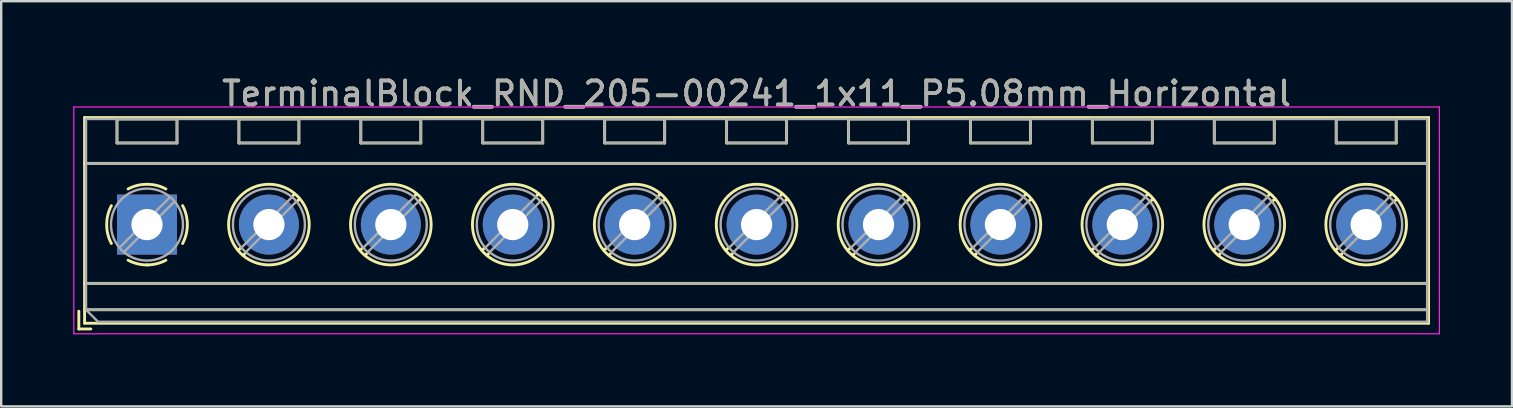
<source format=kicad_pcb>
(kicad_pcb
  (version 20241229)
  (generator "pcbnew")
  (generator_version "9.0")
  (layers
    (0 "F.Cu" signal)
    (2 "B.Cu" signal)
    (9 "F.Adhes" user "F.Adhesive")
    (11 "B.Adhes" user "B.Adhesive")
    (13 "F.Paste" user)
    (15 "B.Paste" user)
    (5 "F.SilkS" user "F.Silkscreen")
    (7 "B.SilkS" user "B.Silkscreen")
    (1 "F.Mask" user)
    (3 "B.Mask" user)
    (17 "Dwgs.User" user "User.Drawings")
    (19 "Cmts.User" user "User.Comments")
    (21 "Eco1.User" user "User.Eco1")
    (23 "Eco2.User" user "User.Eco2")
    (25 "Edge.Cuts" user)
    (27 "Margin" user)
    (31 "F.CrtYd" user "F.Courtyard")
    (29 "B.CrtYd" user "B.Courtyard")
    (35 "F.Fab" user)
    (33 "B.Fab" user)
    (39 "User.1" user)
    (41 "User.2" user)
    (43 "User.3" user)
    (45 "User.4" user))
  (footprint "TerminalBlock_RND_205-00241_1x11_P5.08mm_Horizontal"
    (layer "F.Cu")
    (at 3.075 6.308)
    (property "Reference" "TerminalBlock_RND_205-00241_1x11_P5.08mm_Horizontal" (at 25.4 -5.46 0) (layer "F.SilkS") (effects (font (size 1 1) (thickness 0.15))))
    (attr through_hole)
    (fp_line (start -2.84 3.61) (end -2.84 4.35) (stroke (width 0.12) (type solid)) (layer "F.SilkS"))
    (fp_line (start -2.84 4.35) (end -2.34 4.35) (stroke (width 0.12) (type solid)) (layer "F.SilkS"))
    (fp_line (start -2.6 -4.46) (end -2.6 4.11) (stroke (width 0.12) (type solid)) (layer "F.SilkS"))
    (fp_line (start -2.6 -4.46) (end 53.4 -4.46) (stroke (width 0.12) (type solid)) (layer "F.SilkS"))
    (fp_line (start -2.6 -2.55) (end 53.4 -2.55) (stroke (width 0.12) (type solid)) (layer "F.SilkS"))
    (fp_line (start -2.6 2.45) (end 53.4 2.45) (stroke (width 0.12) (type solid)) (layer "F.SilkS"))
    (fp_line (start -2.6 3.55) (end 53.4 3.55) (stroke (width 0.12) (type solid)) (layer "F.SilkS"))
    (fp_line (start -2.6 4.11) (end 53.4 4.11) (stroke (width 0.12) (type solid)) (layer "F.SilkS"))
    (fp_line (start -1.25 -4.4) (end -1.25 -3.4) (stroke (width 0.12) (type solid)) (layer "F.SilkS"))
    (fp_line (start -1.25 -4.4) (end 1.25 -4.4) (stroke (width 0.12) (type solid)) (layer "F.SilkS"))
    (fp_line (start -1.25 -3.4) (end 1.25 -3.4) (stroke (width 0.12) (type solid)) (layer "F.SilkS"))
    (fp_line (start 1.25 -4.4) (end 1.25 -3.4) (stroke (width 0.12) (type solid)) (layer "F.SilkS"))
    (fp_line (start 3.83 -4.4) (end 3.83 -3.4) (stroke (width 0.12) (type solid)) (layer "F.SilkS"))
    (fp_line (start 3.83 -4.4) (end 6.33 -4.4) (stroke (width 0.12) (type solid)) (layer "F.SilkS"))
    (fp_line (start 3.83 -3.4) (end 6.33 -3.4) (stroke (width 0.12) (type solid)) (layer "F.SilkS"))
    (fp_line (start 3.9 0.976) (end 3.806 1.069) (stroke (width 0.12) (type solid)) (layer "F.SilkS"))
    (fp_line (start 4.07 1.216) (end 4.011 1.274) (stroke (width 0.12) (type solid)) (layer "F.SilkS"))
    (fp_line (start 6.15 -1.275) (end 6.091 -1.216) (stroke (width 0.12) (type solid)) (layer "F.SilkS"))
    (fp_line (start 6.33 -4.4) (end 6.33 -3.4) (stroke (width 0.12) (type solid)) (layer "F.SilkS"))
    (fp_line (start 6.355 -1.069) (end 6.261 -0.976) (stroke (width 0.12) (type solid)) (layer "F.SilkS"))
    (fp_line (start 8.91 -4.4) (end 8.91 -3.4) (stroke (width 0.12) (type solid)) (layer "F.SilkS"))
    (fp_line (start 8.91 -4.4) (end 11.41 -4.4) (stroke (width 0.12) (type solid)) (layer "F.SilkS"))
    (fp_line (start 8.91 -3.4) (end 11.41 -3.4) (stroke (width 0.12) (type solid)) (layer "F.SilkS"))
    (fp_line (start 8.98 0.976) (end 8.886 1.069) (stroke (width 0.12) (type solid)) (layer "F.SilkS"))
    (fp_line (start 9.15 1.216) (end 9.091 1.274) (stroke (width 0.12) (type solid)) (layer "F.SilkS"))
    (fp_line (start 11.23 -1.275) (end 11.171 -1.216) (stroke (width 0.12) (type solid)) (layer "F.SilkS"))
    (fp_line (start 11.41 -4.4) (end 11.41 -3.4) (stroke (width 0.12) (type solid)) (layer "F.SilkS"))
    (fp_line (start 11.435 -1.069) (end 11.341 -0.976) (stroke (width 0.12) (type solid)) (layer "F.SilkS"))
    (fp_line (start 13.99 -4.4) (end 13.99 -3.4) (stroke (width 0.12) (type solid)) (layer "F.SilkS"))
    (fp_line (start 13.99 -4.4) (end 16.49 -4.4) (stroke (width 0.12) (type solid)) (layer "F.SilkS"))
    (fp_line (start 13.99 -3.4) (end 16.49 -3.4) (stroke (width 0.12) (type solid)) (layer "F.SilkS"))
    (fp_line (start 14.06 0.976) (end 13.966 1.069) (stroke (width 0.12) (type solid)) (layer "F.SilkS"))
    (fp_line (start 14.23 1.216) (end 14.171 1.274) (stroke (width 0.12) (type solid)) (layer "F.SilkS"))
    (fp_line (start 16.31 -1.275) (end 16.251 -1.216) (stroke (width 0.12) (type solid)) (layer "F.SilkS"))
    (fp_line (start 16.49 -4.4) (end 16.49 -3.4) (stroke (width 0.12) (type solid)) (layer "F.SilkS"))
    (fp_line (start 16.515 -1.069) (end 16.421 -0.976) (stroke (width 0.12) (type solid)) (layer "F.SilkS"))
    (fp_line (start 19.07 -4.4) (end 19.07 -3.4) (stroke (width 0.12) (type solid)) (layer "F.SilkS"))
    (fp_line (start 19.07 -4.4) (end 21.57 -4.4) (stroke (width 0.12) (type solid)) (layer "F.SilkS"))
    (fp_line (start 19.07 -3.4) (end 21.57 -3.4) (stroke (width 0.12) (type solid)) (layer "F.SilkS"))
    (fp_line (start 19.14 0.976) (end 19.046 1.069) (stroke (width 0.12) (type solid)) (layer "F.SilkS"))
    (fp_line (start 19.31 1.216) (end 19.251 1.274) (stroke (width 0.12) (type solid)) (layer "F.SilkS"))
    (fp_line (start 21.39 -1.275) (end 21.331 -1.216) (stroke (width 0.12) (type solid)) (layer "F.SilkS"))
    (fp_line (start 21.57 -4.4) (end 21.57 -3.4) (stroke (width 0.12) (type solid)) (layer "F.SilkS"))
    (fp_line (start 21.595 -1.069) (end 21.501 -0.976) (stroke (width 0.12) (type solid)) (layer "F.SilkS"))
    (fp_line (start 24.15 -4.4) (end 24.15 -3.4) (stroke (width 0.12) (type solid)) (layer "F.SilkS"))
    (fp_line (start 24.15 -4.4) (end 26.65 -4.4) (stroke (width 0.12) (type solid)) (layer "F.SilkS"))
    (fp_line (start 24.15 -3.4) (end 26.65 -3.4) (stroke (width 0.12) (type solid)) (layer "F.SilkS"))
    (fp_line (start 24.22 0.976) (end 24.126 1.069) (stroke (width 0.12) (type solid)) (layer "F.SilkS"))
    (fp_line (start 24.39 1.216) (end 24.331 1.274) (stroke (width 0.12) (type solid)) (layer "F.SilkS"))
    (fp_line (start 26.47 -1.275) (end 26.411 -1.216) (stroke (width 0.12) (type solid)) (layer "F.SilkS"))
    (fp_line (start 26.65 -4.4) (end 26.65 -3.4) (stroke (width 0.12) (type solid)) (layer "F.SilkS"))
    (fp_line (start 26.675 -1.069) (end 26.581 -0.976) (stroke (width 0.12) (type solid)) (layer "F.SilkS"))
    (fp_line (start 29.23 -4.4) (end 29.23 -3.4) (stroke (width 0.12) (type solid)) (layer "F.SilkS"))
    (fp_line (start 29.23 -4.4) (end 31.73 -4.4) (stroke (width 0.12) (type solid)) (layer "F.SilkS"))
    (fp_line (start 29.23 -3.4) (end 31.73 -3.4) (stroke (width 0.12) (type solid)) (layer "F.SilkS"))
    (fp_line (start 29.3 0.976) (end 29.206 1.069) (stroke (width 0.12) (type solid)) (layer "F.SilkS"))
    (fp_line (start 29.47 1.216) (end 29.411 1.274) (stroke (width 0.12) (type solid)) (layer "F.SilkS"))
    (fp_line (start 31.55 -1.275) (end 31.491 -1.216) (stroke (width 0.12) (type solid)) (layer "F.SilkS"))
    (fp_line (start 31.73 -4.4) (end 31.73 -3.4) (stroke (width 0.12) (type solid)) (layer "F.SilkS"))
    (fp_line (start 31.755 -1.069) (end 31.661 -0.976) (stroke (width 0.12) (type solid)) (layer "F.SilkS"))
    (fp_line (start 34.31 -4.4) (end 34.31 -3.4) (stroke (width 0.12) (type solid)) (layer "F.SilkS"))
    (fp_line (start 34.31 -4.4) (end 36.81 -4.4) (stroke (width 0.12) (type solid)) (layer "F.SilkS"))
    (fp_line (start 34.31 -3.4) (end 36.81 -3.4) (stroke (width 0.12) (type solid)) (layer "F.SilkS"))
    (fp_line (start 34.38 0.976) (end 34.286 1.069) (stroke (width 0.12) (type solid)) (layer "F.SilkS"))
    (fp_line (start 34.55 1.216) (end 34.491 1.274) (stroke (width 0.12) (type solid)) (layer "F.SilkS"))
    (fp_line (start 36.63 -1.275) (end 36.571 -1.216) (stroke (width 0.12) (type solid)) (layer "F.SilkS"))
    (fp_line (start 36.81 -4.4) (end 36.81 -3.4) (stroke (width 0.12) (type solid)) (layer "F.SilkS"))
    (fp_line (start 36.835 -1.069) (end 36.741 -0.976) (stroke (width 0.12) (type solid)) (layer "F.SilkS"))
    (fp_line (start 39.39 -4.4) (end 39.39 -3.4) (stroke (width 0.12) (type solid)) (layer "F.SilkS"))
    (fp_line (start 39.39 -4.4) (end 41.89 -4.4) (stroke (width 0.12) (type solid)) (layer "F.SilkS"))
    (fp_line (start 39.39 -3.4) (end 41.89 -3.4) (stroke (width 0.12) (type solid)) (layer "F.SilkS"))
    (fp_line (start 39.46 0.976) (end 39.366 1.069) (stroke (width 0.12) (type solid)) (layer "F.SilkS"))
    (fp_line (start 39.63 1.216) (end 39.571 1.274) (stroke (width 0.12) (type solid)) (layer "F.SilkS"))
    (fp_line (start 41.71 -1.275) (end 41.651 -1.216) (stroke (width 0.12) (type solid)) (layer "F.SilkS"))
    (fp_line (start 41.89 -4.4) (end 41.89 -3.4) (stroke (width 0.12) (type solid)) (layer "F.SilkS"))
    (fp_line (start 41.915 -1.069) (end 41.821 -0.976) (stroke (width 0.12) (type solid)) (layer "F.SilkS"))
    (fp_line (start 44.47 -4.4) (end 44.47 -3.4) (stroke (width 0.12) (type solid)) (layer "F.SilkS"))
    (fp_line (start 44.47 -4.4) (end 46.97 -4.4) (stroke (width 0.12) (type solid)) (layer "F.SilkS"))
    (fp_line (start 44.47 -3.4) (end 46.97 -3.4) (stroke (width 0.12) (type solid)) (layer "F.SilkS"))
    (fp_line (start 44.54 0.976) (end 44.446 1.069) (stroke (width 0.12) (type solid)) (layer "F.SilkS"))
    (fp_line (start 44.71 1.216) (end 44.651 1.274) (stroke (width 0.12) (type solid)) (layer "F.SilkS"))
    (fp_line (start 46.79 -1.275) (end 46.731 -1.216) (stroke (width 0.12) (type solid)) (layer "F.SilkS"))
    (fp_line (start 46.97 -4.4) (end 46.97 -3.4) (stroke (width 0.12) (type solid)) (layer "F.SilkS"))
    (fp_line (start 46.995 -1.069) (end 46.901 -0.976) (stroke (width 0.12) (type solid)) (layer "F.SilkS"))
    (fp_line (start 49.55 -4.4) (end 49.55 -3.4) (stroke (width 0.12) (type solid)) (layer "F.SilkS"))
    (fp_line (start 49.55 -4.4) (end 52.05 -4.4) (stroke (width 0.12) (type solid)) (layer "F.SilkS"))
    (fp_line (start 49.55 -3.4) (end 52.05 -3.4) (stroke (width 0.12) (type solid)) (layer "F.SilkS"))
    (fp_line (start 49.62 0.976) (end 49.526 1.069) (stroke (width 0.12) (type solid)) (layer "F.SilkS"))
    (fp_line (start 49.79 1.216) (end 49.731 1.274) (stroke (width 0.12) (type solid)) (layer "F.SilkS"))
    (fp_line (start 51.87 -1.275) (end 51.811 -1.216) (stroke (width 0.12) (type solid)) (layer "F.SilkS"))
    (fp_line (start 52.05 -4.4) (end 52.05 -3.4) (stroke (width 0.12) (type solid)) (layer "F.SilkS"))
    (fp_line (start 52.075 -1.069) (end 51.981 -0.976) (stroke (width 0.12) (type solid)) (layer "F.SilkS"))
    (fp_line (start 53.4 -4.46) (end 53.4 4.11) (stroke (width 0.12) (type solid)) (layer "F.SilkS"))
    (fp_arc (start -1.483953 0.789089) (mid -1.680708 0.00005) (end -1.484 -0.789) (stroke (width 0.12) (type solid)) (layer "F.SilkS"))
    (fp_arc (start -0.789089 -1.483953) (mid -0.00005 -1.680708) (end 0.789 -1.484) (stroke (width 0.12) (type solid)) (layer "F.SilkS"))
    (fp_arc (start 0.029383 1.68045) (mid -0.392304 1.634281) (end -0.789 1.484) (stroke (width 0.12) (type solid)) (layer "F.SilkS"))
    (fp_arc (start 0.788712 1.483352) (mid 0.406429 1.630097) (end 0 1.68) (stroke (width 0.12) (type solid)) (layer "F.SilkS"))
    (fp_arc (start 1.483953 -0.789089) (mid 1.680708 -0.00005) (end 1.484 0.789) (stroke (width 0.12) (type solid)) (layer "F.SilkS"))
    (fp_circle (center 5.08 0) (end 6.76 0) (stroke (width 0.12) (type solid)) (fill no) (layer "F.SilkS"))
    (fp_circle (center 10.16 0) (end 11.84 0) (stroke (width 0.12) (type solid)) (fill no) (layer "F.SilkS"))
    (fp_circle (center 15.24 0) (end 16.92 0) (stroke (width 0.12) (type solid)) (fill no) (layer "F.SilkS"))
    (fp_circle (center 20.32 0) (end 22 0) (stroke (width 0.12) (type solid)) (fill no) (layer "F.SilkS"))
    (fp_circle (center 25.4 0) (end 27.08 0) (stroke (width 0.12) (type solid)) (fill no) (layer "F.SilkS"))
    (fp_circle (center 30.48 0) (end 32.16 0) (stroke (width 0.12) (type solid)) (fill no) (layer "F.SilkS"))
    (fp_circle (center 35.56 0) (end 37.24 0) (stroke (width 0.12) (type solid)) (fill no) (layer "F.SilkS"))
    (fp_circle (center 40.64 0) (end 42.32 0) (stroke (width 0.12) (type solid)) (fill no) (layer "F.SilkS"))
    (fp_circle (center 45.72 0) (end 47.4 0) (stroke (width 0.12) (type solid)) (fill no) (layer "F.SilkS"))
    (fp_circle (center 50.8 0) (end 52.48 0) (stroke (width 0.12) (type solid)) (fill no) (layer "F.SilkS"))
    (fp_line (start -3.05 -4.9) (end -3.05 4.55) (stroke (width 0.05) (type solid)) (layer "F.CrtYd"))
    (fp_line (start -3.05 4.55) (end 53.85 4.55) (stroke (width 0.05) (type solid)) (layer "F.CrtYd"))
    (fp_line (start 53.85 -4.9) (end -3.05 -4.9) (stroke (width 0.05) (type solid)) (layer "F.CrtYd"))
    (fp_line (start 53.85 4.55) (end 53.85 -4.9) (stroke (width 0.05) (type solid)) (layer "F.CrtYd"))
    (fp_line (start -2.54 -4.4) (end 53.34 -4.4) (stroke (width 0.1) (type solid)) (layer "F.Fab"))
    (fp_line (start -2.54 -2.55) (end 53.34 -2.55) (stroke (width 0.1) (type solid)) (layer "F.Fab"))
    (fp_line (start -2.54 2.45) (end 53.34 2.45) (stroke (width 0.1) (type solid)) (layer "F.Fab"))
    (fp_line (start -2.54 3.55) (end -2.54 -4.4) (stroke (width 0.1) (type solid)) (layer "F.Fab"))
    (fp_line (start -2.54 3.55) (end 53.34 3.55) (stroke (width 0.1) (type solid)) (layer "F.Fab"))
    (fp_line (start -2.04 4.05) (end -2.54 3.55) (stroke (width 0.1) (type solid)) (layer "F.Fab"))
    (fp_line (start -1.25 -4.4) (end -1.25 -3.4) (stroke (width 0.1) (type solid)) (layer "F.Fab"))
    (fp_line (start -1.25 -3.4) (end 1.25 -3.4) (stroke (width 0.1) (type solid)) (layer "F.Fab"))
    (fp_line (start 0.955 -1.138) (end -1.138 0.955) (stroke (width 0.1) (type solid)) (layer "F.Fab"))
    (fp_line (start 1.138 -0.955) (end -0.955 1.138) (stroke (width 0.1) (type solid)) (layer "F.Fab"))
    (fp_line (start 1.25 -4.4) (end -1.25 -4.4) (stroke (width 0.1) (type solid)) (layer "F.Fab"))
    (fp_line (start 1.25 -3.4) (end 1.25 -4.4) (stroke (width 0.1) (type solid)) (layer "F.Fab"))
    (fp_line (start 3.83 -4.4) (end 3.83 -3.4) (stroke (width 0.1) (type solid)) (layer "F.Fab"))
    (fp_line (start 3.83 -3.4) (end 6.33 -3.4) (stroke (width 0.1) (type solid)) (layer "F.Fab"))
    (fp_line (start 6.035 -1.138) (end 3.943 0.955) (stroke (width 0.1) (type solid)) (layer "F.Fab"))
    (fp_line (start 6.218 -0.955) (end 4.126 1.138) (stroke (width 0.1) (type solid)) (layer "F.Fab"))
    (fp_line (start 6.33 -4.4) (end 3.83 -4.4) (stroke (width 0.1) (type solid)) (layer "F.Fab"))
    (fp_line (start 6.33 -3.4) (end 6.33 -4.4) (stroke (width 0.1) (type solid)) (layer "F.Fab"))
    (fp_line (start 8.91 -4.4) (end 8.91 -3.4) (stroke (width 0.1) (type solid)) (layer "F.Fab"))
    (fp_line (start 8.91 -3.4) (end 11.41 -3.4) (stroke (width 0.1) (type solid)) (layer "F.Fab"))
    (fp_line (start 11.115 -1.138) (end 9.023 0.955) (stroke (width 0.1) (type solid)) (layer "F.Fab"))
    (fp_line (start 11.298 -0.955) (end 9.206 1.138) (stroke (width 0.1) (type solid)) (layer "F.Fab"))
    (fp_line (start 11.41 -4.4) (end 8.91 -4.4) (stroke (width 0.1) (type solid)) (layer "F.Fab"))
    (fp_line (start 11.41 -3.4) (end 11.41 -4.4) (stroke (width 0.1) (type solid)) (layer "F.Fab"))
    (fp_line (start 13.99 -4.4) (end 13.99 -3.4) (stroke (width 0.1) (type solid)) (layer "F.Fab"))
    (fp_line (start 13.99 -3.4) (end 16.49 -3.4) (stroke (width 0.1) (type solid)) (layer "F.Fab"))
    (fp_line (start 16.195 -1.138) (end 14.103 0.955) (stroke (width 0.1) (type solid)) (layer "F.Fab"))
    (fp_line (start 16.378 -0.955) (end 14.286 1.138) (stroke (width 0.1) (type solid)) (layer "F.Fab"))
    (fp_line (start 16.49 -4.4) (end 13.99 -4.4) (stroke (width 0.1) (type solid)) (layer "F.Fab"))
    (fp_line (start 16.49 -3.4) (end 16.49 -4.4) (stroke (width 0.1) (type solid)) (layer "F.Fab"))
    (fp_line (start 19.07 -4.4) (end 19.07 -3.4) (stroke (width 0.1) (type solid)) (layer "F.Fab"))
    (fp_line (start 19.07 -3.4) (end 21.57 -3.4) (stroke (width 0.1) (type solid)) (layer "F.Fab"))
    (fp_line (start 21.275 -1.138) (end 19.183 0.955) (stroke (width 0.1) (type solid)) (layer "F.Fab"))
    (fp_line (start 21.458 -0.955) (end 19.366 1.138) (stroke (width 0.1) (type solid)) (layer "F.Fab"))
    (fp_line (start 21.57 -4.4) (end 19.07 -4.4) (stroke (width 0.1) (type solid)) (layer "F.Fab"))
    (fp_line (start 21.57 -3.4) (end 21.57 -4.4) (stroke (width 0.1) (type solid)) (layer "F.Fab"))
    (fp_line (start 24.15 -4.4) (end 24.15 -3.4) (stroke (width 0.1) (type solid)) (layer "F.Fab"))
    (fp_line (start 24.15 -3.4) (end 26.65 -3.4) (stroke (width 0.1) (type solid)) (layer "F.Fab"))
    (fp_line (start 26.355 -1.138) (end 24.263 0.955) (stroke (width 0.1) (type solid)) (layer "F.Fab"))
    (fp_line (start 26.538 -0.955) (end 24.446 1.138) (stroke (width 0.1) (type solid)) (layer "F.Fab"))
    (fp_line (start 26.65 -4.4) (end 24.15 -4.4) (stroke (width 0.1) (type solid)) (layer "F.Fab"))
    (fp_line (start 26.65 -3.4) (end 26.65 -4.4) (stroke (width 0.1) (type solid)) (layer "F.Fab"))
    (fp_line (start 29.23 -4.4) (end 29.23 -3.4) (stroke (width 0.1) (type solid)) (layer "F.Fab"))
    (fp_line (start 29.23 -3.4) (end 31.73 -3.4) (stroke (width 0.1) (type solid)) (layer "F.Fab"))
    (fp_line (start 31.435 -1.138) (end 29.343 0.955) (stroke (width 0.1) (type solid)) (layer "F.Fab"))
    (fp_line (start 31.618 -0.955) (end 29.526 1.138) (stroke (width 0.1) (type solid)) (layer "F.Fab"))
    (fp_line (start 31.73 -4.4) (end 29.23 -4.4) (stroke (width 0.1) (type solid)) (layer "F.Fab"))
    (fp_line (start 31.73 -3.4) (end 31.73 -4.4) (stroke (width 0.1) (type solid)) (layer "F.Fab"))
    (fp_line (start 34.31 -4.4) (end 34.31 -3.4) (stroke (width 0.1) (type solid)) (layer "F.Fab"))
    (fp_line (start 34.31 -3.4) (end 36.81 -3.4) (stroke (width 0.1) (type solid)) (layer "F.Fab"))
    (fp_line (start 36.515 -1.138) (end 34.423 0.955) (stroke (width 0.1) (type solid)) (layer "F.Fab"))
    (fp_line (start 36.698 -0.955) (end 34.606 1.138) (stroke (width 0.1) (type solid)) (layer "F.Fab"))
    (fp_line (start 36.81 -4.4) (end 34.31 -4.4) (stroke (width 0.1) (type solid)) (layer "F.Fab"))
    (fp_line (start 36.81 -3.4) (end 36.81 -4.4) (stroke (width 0.1) (type solid)) (layer "F.Fab"))
    (fp_line (start 39.39 -4.4) (end 39.39 -3.4) (stroke (width 0.1) (type solid)) (layer "F.Fab"))
    (fp_line (start 39.39 -3.4) (end 41.89 -3.4) (stroke (width 0.1) (type solid)) (layer "F.Fab"))
    (fp_line (start 41.595 -1.138) (end 39.503 0.955) (stroke (width 0.1) (type solid)) (layer "F.Fab"))
    (fp_line (start 41.778 -0.955) (end 39.686 1.138) (stroke (width 0.1) (type solid)) (layer "F.Fab"))
    (fp_line (start 41.89 -4.4) (end 39.39 -4.4) (stroke (width 0.1) (type solid)) (layer "F.Fab"))
    (fp_line (start 41.89 -3.4) (end 41.89 -4.4) (stroke (width 0.1) (type solid)) (layer "F.Fab"))
    (fp_line (start 44.47 -4.4) (end 44.47 -3.4) (stroke (width 0.1) (type solid)) (layer "F.Fab"))
    (fp_line (start 44.47 -3.4) (end 46.97 -3.4) (stroke (width 0.1) (type solid)) (layer "F.Fab"))
    (fp_line (start 46.675 -1.138) (end 44.583 0.955) (stroke (width 0.1) (type solid)) (layer "F.Fab"))
    (fp_line (start 46.858 -0.955) (end 44.766 1.138) (stroke (width 0.1) (type solid)) (layer "F.Fab"))
    (fp_line (start 46.97 -4.4) (end 44.47 -4.4) (stroke (width 0.1) (type solid)) (layer "F.Fab"))
    (fp_line (start 46.97 -3.4) (end 46.97 -4.4) (stroke (width 0.1) (type solid)) (layer "F.Fab"))
    (fp_line (start 49.55 -4.4) (end 49.55 -3.4) (stroke (width 0.1) (type solid)) (layer "F.Fab"))
    (fp_line (start 49.55 -3.4) (end 52.05 -3.4) (stroke (width 0.1) (type solid)) (layer "F.Fab"))
    (fp_line (start 51.755 -1.138) (end 49.663 0.955) (stroke (width 0.1) (type solid)) (layer "F.Fab"))
    (fp_line (start 51.938 -0.955) (end 49.846 1.138) (stroke (width 0.1) (type solid)) (layer "F.Fab"))
    (fp_line (start 52.05 -4.4) (end 49.55 -4.4) (stroke (width 0.1) (type solid)) (layer "F.Fab"))
    (fp_line (start 52.05 -3.4) (end 52.05 -4.4) (stroke (width 0.1) (type solid)) (layer "F.Fab"))
    (fp_line (start 53.34 -4.4) (end 53.34 4.05) (stroke (width 0.1) (type solid)) (layer "F.Fab"))
    (fp_line (start 53.34 4.05) (end -2.04 4.05) (stroke (width 0.1) (type solid)) (layer "F.Fab"))
    (fp_circle (center 0 0) (end 1.5 0) (stroke (width 0.1) (type solid)) (fill no) (layer "F.Fab"))
    (fp_circle (center 5.08 0) (end 6.58 0) (stroke (width 0.1) (type solid)) (fill no) (layer "F.Fab"))
    (fp_circle (center 10.16 0) (end 11.66 0) (stroke (width 0.1) (type solid)) (fill no) (layer "F.Fab"))
    (fp_circle (center 15.24 0) (end 16.74 0) (stroke (width 0.1) (type solid)) (fill no) (layer "F.Fab"))
    (fp_circle (center 20.32 0) (end 21.82 0) (stroke (width 0.1) (type solid)) (fill no) (layer "F.Fab"))
    (fp_circle (center 25.4 0) (end 26.9 0) (stroke (width 0.1) (type solid)) (fill no) (layer "F.Fab"))
    (fp_circle (center 30.48 0) (end 31.98 0) (stroke (width 0.1) (type solid)) (fill no) (layer "F.Fab"))
    (fp_circle (center 35.56 0) (end 37.06 0) (stroke (width 0.1) (type solid)) (fill no) (layer "F.Fab"))
    (fp_circle (center 40.64 0) (end 42.14 0) (stroke (width 0.1) (type solid)) (fill no) (layer "F.Fab"))
    (fp_circle (center 45.72 0) (end 47.22 0) (stroke (width 0.1) (type solid)) (fill no) (layer "F.Fab"))
    (fp_circle (center 50.8 0) (end 52.3 0) (stroke (width 0.1) (type solid)) (fill no) (layer "F.Fab"))
    (fp_text user "${REFERENCE}" (at 25.4 -5.46 0) (layer "F.Fab") (effects (font (size 1 1) (thickness 0.15))))
    (pad "1" thru_hole rect (at 0 0) (size 2.5 2.5) (drill 1.3) (layers "*.Cu" "*.Mask"))
    (pad "2" thru_hole circle (at 5.08 0) (size 2.5 2.5) (drill 1.3) (layers "*.Cu" "*.Mask"))
    (pad "3" thru_hole circle (at 10.16 0) (size 2.5 2.5) (drill 1.3) (layers "*.Cu" "*.Mask"))
    (pad "4" thru_hole circle (at 15.24 0) (size 2.5 2.5) (drill 1.3) (layers "*.Cu" "*.Mask"))
    (pad "5" thru_hole circle (at 20.32 0) (size 2.5 2.5) (drill 1.3) (layers "*.Cu" "*.Mask"))
    (pad "6" thru_hole circle (at 25.4 0) (size 2.5 2.5) (drill 1.3) (layers "*.Cu" "*.Mask"))
    (pad "7" thru_hole circle (at 30.48 0) (size 2.5 2.5) (drill 1.3) (layers "*.Cu" "*.Mask"))
    (pad "8" thru_hole circle (at 35.56 0) (size 2.5 2.5) (drill 1.3) (layers "*.Cu" "*.Mask"))
    (pad "9" thru_hole circle (at 40.64 0) (size 2.5 2.5) (drill 1.3) (layers "*.Cu" "*.Mask"))
    (pad "10" thru_hole circle (at 45.72 0) (size 2.5 2.5) (drill 1.3) (layers "*.Cu" "*.Mask"))
    (pad "11" thru_hole circle (at 50.8 0) (size 2.5 2.5) (drill 1.3) (layers "*.Cu" "*.Mask")))
  (gr_rect
    (start -3 -3)
    (end 59.95 13.883)
    (stroke (width 0.1) (type default))
    (fill no)
    (layer "Edge.Cuts")))
</source>
